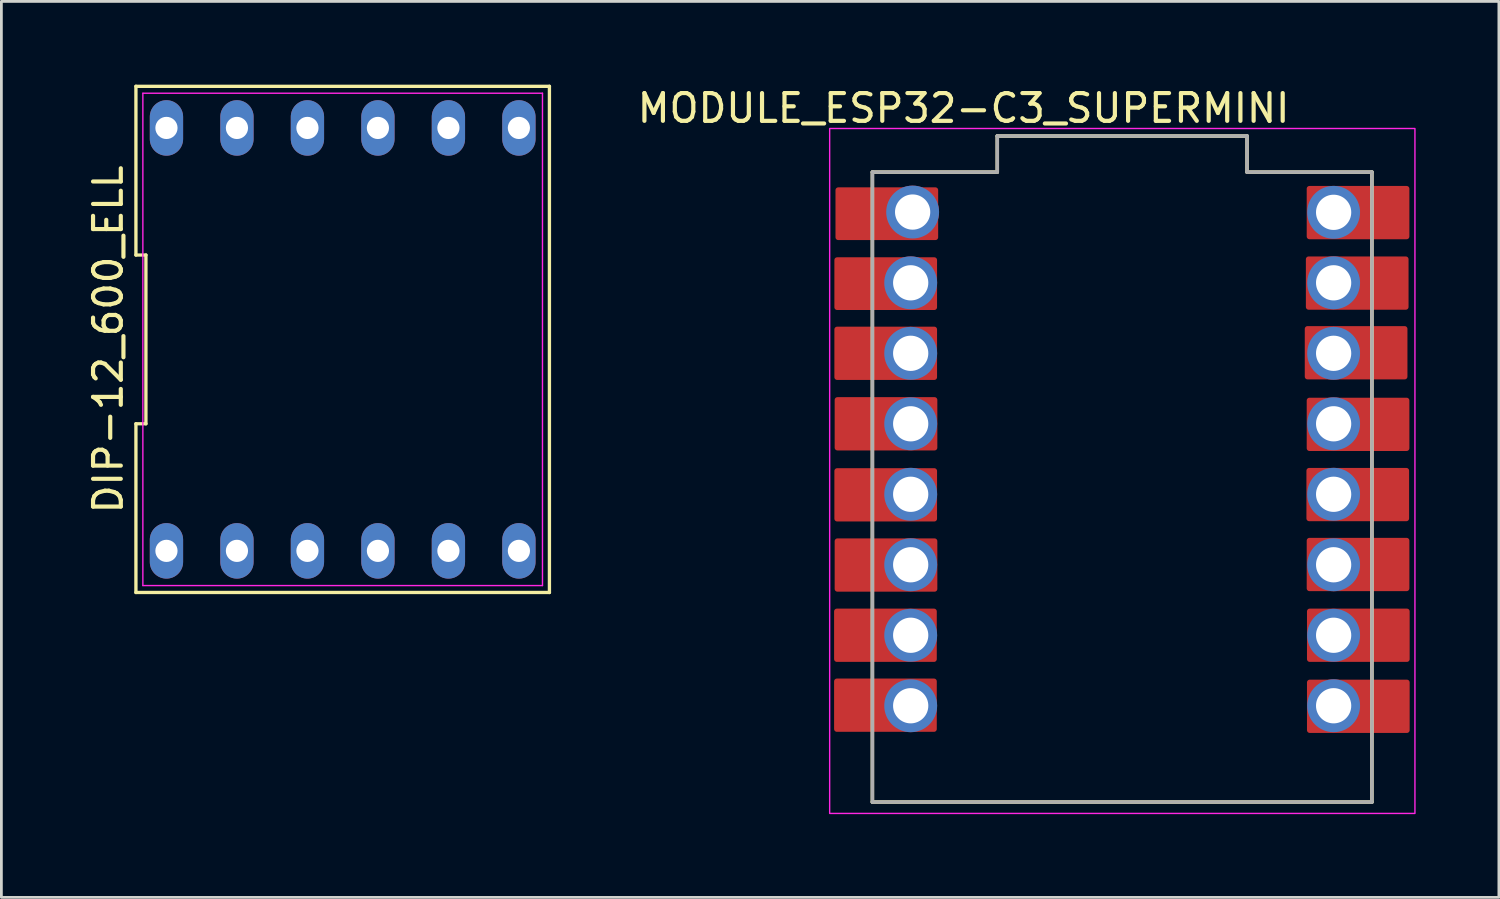
<source format=kicad_pcb>
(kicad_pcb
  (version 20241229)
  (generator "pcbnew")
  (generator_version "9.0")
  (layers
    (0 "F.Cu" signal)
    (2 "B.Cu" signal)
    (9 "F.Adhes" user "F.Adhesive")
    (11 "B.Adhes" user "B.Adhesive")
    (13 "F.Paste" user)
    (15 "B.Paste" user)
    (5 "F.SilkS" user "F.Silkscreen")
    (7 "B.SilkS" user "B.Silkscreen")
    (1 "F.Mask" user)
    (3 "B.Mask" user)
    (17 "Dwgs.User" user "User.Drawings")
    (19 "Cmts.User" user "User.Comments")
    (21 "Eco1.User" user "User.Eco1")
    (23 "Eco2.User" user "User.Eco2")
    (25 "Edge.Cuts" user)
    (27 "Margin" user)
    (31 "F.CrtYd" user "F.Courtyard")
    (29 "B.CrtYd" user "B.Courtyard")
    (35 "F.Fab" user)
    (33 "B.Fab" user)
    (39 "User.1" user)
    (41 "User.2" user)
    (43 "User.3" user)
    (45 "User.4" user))
  (footprint "DIP-12_600_ELL"
    (layer "F.Cu")
    (at 9.298 9.18)
    (property "Reference" "DIP-12_600_ELL" (at -8.45 0 90) (layer "F.SilkS") (effects (font (size 1 1) (thickness 0.15))))
    (fp_line (start -7.45 -3.04) (end -7.09 -3.04) (stroke (width 0.12) (type default)) (layer "F.SilkS"))
    (fp_line (start -7.45 3.04) (end -7.45 9.12) (stroke (width 0.12) (type default)) (layer "F.SilkS"))
    (fp_line (start -7.45 9.12) (end 7.45 9.12) (stroke (width 0.12) (type default)) (layer "F.SilkS"))
    (fp_line (start -7.45 -9.12) (end -7.45 -3.04) (stroke (width 0.12) (type default)) (layer "F.SilkS"))
    (fp_line (start -7.09 -3.04) (end -7.09 3.04) (stroke (width 0.12) (type default)) (layer "F.SilkS"))
    (fp_line (start -7.09 3.04) (end -7.45 3.04) (stroke (width 0.12) (type default)) (layer "F.SilkS"))
    (fp_line (start 7.45 9.12) (end 7.45 -9.12) (stroke (width 0.12) (type default)) (layer "F.SilkS"))
    (fp_line (start 7.45 -9.12) (end -7.45 -9.12) (stroke (width 0.12) (type default)) (layer "F.SilkS"))
    (fp_line (start -7.2 -8.87) (end 7.2 -8.87) (stroke (width 0.05) (type default)) (layer "F.CrtYd"))
    (fp_line (start -7.2 8.87) (end -7.2 -8.87) (stroke (width 0.05) (type default)) (layer "F.CrtYd"))
    (fp_line (start 7.2 -8.87) (end 7.2 8.87) (stroke (width 0.05) (type default)) (layer "F.CrtYd"))
    (fp_line (start 7.2 8.87) (end -7.2 8.87) (stroke (width 0.05) (type default)) (layer "F.CrtYd"))
    (pad "1" thru_hole oval (at -6.35 7.62) (size 1.2 2) (drill 0.8) (layers "*.Cu" "*.Mask"))
    (pad "2" thru_hole oval (at -3.81 7.62) (size 1.2 2) (drill 0.8) (layers "*.Cu" "*.Mask"))
    (pad "3" thru_hole oval (at -1.27 7.62) (size 1.2 2) (drill 0.8) (layers "*.Cu" "*.Mask"))
    (pad "4" thru_hole oval (at 1.27 7.62) (size 1.2 2) (drill 0.8) (layers "*.Cu" "*.Mask"))
    (pad "5" thru_hole oval (at 3.81 7.62) (size 1.2 2) (drill 0.8) (layers "*.Cu" "*.Mask"))
    (pad "6" thru_hole oval (at 6.35 7.62) (size 1.2 2) (drill 0.8) (layers "*.Cu" "*.Mask"))
    (pad "7" thru_hole oval (at 6.35 -7.62) (size 1.2 2) (drill 0.8) (layers "*.Cu" "*.Mask"))
    (pad "8" thru_hole oval (at 3.81 -7.62) (size 1.2 2) (drill 0.8) (layers "*.Cu" "*.Mask"))
    (pad "9" thru_hole oval (at 1.27 -7.62) (size 1.2 2) (drill 0.8) (layers "*.Cu" "*.Mask"))
    (pad "10" thru_hole oval (at -1.27 -7.62) (size 1.2 2) (drill 0.8) (layers "*.Cu" "*.Mask"))
    (pad "11" thru_hole oval (at -3.81 -7.62) (size 1.2 2) (drill 0.8) (layers "*.Cu" "*.Mask"))
    (pad "12" thru_hole oval (at -6.35 -7.62) (size 1.2 2) (drill 0.8) (layers "*.Cu" "*.Mask")))
  (footprint "MODULE_ESP32-C3_SUPERMINI"
    (layer "F.Cu")
    (at 37.386 14.501)
    (property "Reference" "MODULE_ESP32-C3_SUPERMINI" (at -5.715 -13.652 0) (layer "F.SilkS") (effects (font (size 1 1) (thickness 0.15))))
    (attr through_hole)
    (fp_rect (start -10.28 4.48) (end -6.78 6.2) (stroke (width 0.2) (type solid)) (fill yes) (layer "F.Cu"))
    (fp_rect (start -10.28 7) (end -6.78 8.72) (stroke (width 0.2) (type solid)) (fill yes) (layer "F.Cu"))
    (fp_rect (start -10.27 -8.18) (end -6.77 -6.48) (stroke (width 0.2) (type solid)) (fill yes) (layer "F.Cu"))
    (fp_rect (start -10.27 -5.68) (end -6.77 -3.96) (stroke (width 0.2) (type solid)) (fill yes) (layer "F.Cu"))
    (fp_rect (start -10.27 -0.58) (end -6.77 1.14) (stroke (width 0.2) (type solid)) (fill yes) (layer "F.Cu"))
    (fp_rect (start -10.26 -3.14) (end -6.76 -1.42) (stroke (width 0.2) (type solid)) (fill yes) (layer "F.Cu"))
    (fp_rect (start -10.26 1.95) (end -6.76 3.67) (stroke (width 0.2) (type solid)) (fill yes) (layer "F.Cu"))
    (fp_rect (start -10.23 -10.7) (end -6.73 -9) (stroke (width 0.2) (type solid)) (fill yes) (layer "F.Cu"))
    (fp_rect (start 6.68 -5.7) (end 10.18 -3.98) (stroke (width 0.2) (type solid)) (fill yes) (layer "F.Cu"))
    (fp_rect (start 6.72 -8.21) (end 10.22 -6.49) (stroke (width 0.2) (type solid)) (fill yes) (layer "F.Cu"))
    (fp_rect (start 6.74 -0.59) (end 10.24 1.13) (stroke (width 0.2) (type solid)) (fill yes) (layer "F.Cu"))
    (fp_rect (start 6.75 -10.75) (end 10.25 -9.03) (stroke (width 0.2) (type solid)) (fill yes) (layer "F.Cu"))
    (fp_rect (start 6.75 -3.12) (end 10.25 -1.4) (stroke (width 0.2) (type solid)) (fill yes) (layer "F.Cu"))
    (fp_rect (start 6.75 1.93) (end 10.25 3.65) (stroke (width 0.2) (type solid)) (fill yes) (layer "F.Cu"))
    (fp_rect (start 6.76 4.48) (end 10.26 6.2) (stroke (width 0.2) (type solid)) (fill yes) (layer "F.Cu"))
    (fp_rect (start 6.76 7.04) (end 10.26 8.76) (stroke (width 0.2) (type solid)) (fill yes) (layer "F.Cu"))
    (fp_line (start -9 11.35) (end -9 -11.35) (stroke (width 0.127) (type solid)) (layer "F.SilkS"))
    (fp_line (start -4.5 -12.65) (end -4.5 -11.35) (stroke (width 0.127) (type solid)) (layer "F.SilkS"))
    (fp_line (start -4.5 -11.35) (end -9 -11.35) (stroke (width 0.127) (type solid)) (layer "F.SilkS"))
    (fp_line (start 4.5 -12.65) (end -4.5 -12.65) (stroke (width 0.127) (type solid)) (layer "F.SilkS"))
    (fp_line (start 4.5 -12.65) (end 4.5 -11.35) (stroke (width 0.127) (type solid)) (layer "F.SilkS"))
    (fp_line (start 9 -11.35) (end 4.5 -11.35) (stroke (width 0.127) (type solid)) (layer "F.SilkS"))
    (fp_line (start 9 11.35) (end -9 11.35) (stroke (width 0.127) (type solid)) (layer "F.SilkS"))
    (fp_line (start 9 11.35) (end 9 -11.35) (stroke (width 0.127) (type solid)) (layer "F.SilkS"))
    (fp_rect (start -10.54 -12.92) (end 10.55 11.76) (stroke (width 0.05) (type default)) (fill no) (layer "F.CrtYd"))
    (fp_line (start -9 11.35) (end -9 -11.35) (stroke (width 0.127) (type solid)) (layer "F.Fab"))
    (fp_line (start -4.5 -12.65) (end -4.5 -11.35) (stroke (width 0.127) (type solid)) (layer "F.Fab"))
    (fp_line (start -4.5 -11.35) (end -9 -11.35) (stroke (width 0.127) (type solid)) (layer "F.Fab"))
    (fp_line (start 4.5 -12.65) (end -4.5 -12.65) (stroke (width 0.127) (type solid)) (layer "F.Fab"))
    (fp_line (start 4.5 -12.65) (end 4.5 -11.35) (stroke (width 0.127) (type solid)) (layer "F.Fab"))
    (fp_line (start 9 -11.35) (end 4.5 -11.35) (stroke (width 0.127) (type solid)) (layer "F.Fab"))
    (fp_line (start 9 11.35) (end -9 11.35) (stroke (width 0.127) (type solid)) (layer "F.Fab"))
    (fp_line (start 9 11.35) (end 9 -11.35) (stroke (width 0.127) (type solid)) (layer "F.Fab"))
    (pad "0" thru_hole circle (at 7.62 7.88) (size 1.905 1.905) (drill 1.27) (layers "*.Cu" "*.Mask"))
    (pad "1" thru_hole circle (at 7.62 5.34) (size 1.905 1.905) (drill 1.27) (layers "*.Cu" "*.Mask"))
    (pad "2" thru_hole circle (at 7.62 2.8) (size 1.905 1.905) (drill 1.27) (layers "*.Cu" "*.Mask"))
    (pad "3" thru_hole circle (at 7.62 0.26) (size 1.905 1.905) (drill 1.27) (layers "*.Cu" "*.Mask"))
    (pad "3.3" thru_hole circle (at 7.62 -4.82) (size 1.905 1.905) (drill 1.27) (layers "*.Cu" "*.Mask"))
    (pad "4" thru_hole circle (at 7.62 -2.28) (size 1.905 1.905) (drill 1.27) (layers "*.Cu" "*.Mask"))
    (pad "5" thru_hole circle (at -7.55 -9.91) (size 1.905 1.905) (drill 1.27) (layers "*.Cu" "*.Mask"))
    (pad "5V" thru_hole circle (at 7.62 -9.9) (size 1.905 1.905) (drill 1.27) (layers "*.Cu" "*.Mask"))
    (pad "6" thru_hole circle (at -7.62 -7.36) (size 1.905 1.905) (drill 1.27) (layers "*.Cu" "*.Mask"))
    (pad "7" thru_hole circle (at -7.62 -4.82) (size 1.905 1.905) (drill 1.27) (layers "*.Cu" "*.Mask"))
    (pad "8" thru_hole circle (at -7.62 -2.28) (size 1.905 1.905) (drill 1.27) (layers "*.Cu" "*.Mask"))
    (pad "9" thru_hole circle (at -7.62 0.26) (size 1.905 1.905) (drill 1.27) (layers "*.Cu" "*.Mask"))
    (pad "10" thru_hole circle (at -7.62 2.8) (size 1.905 1.905) (drill 1.27) (layers "*.Cu" "*.Mask"))
    (pad "20" thru_hole circle (at -7.62 5.34) (size 1.905 1.905) (drill 1.27) (layers "*.Cu" "*.Mask"))
    (pad "21" thru_hole circle (at -7.62 7.88) (size 1.905 1.905) (drill 1.27) (layers "*.Cu" "*.Mask"))
    (pad "G" thru_hole circle (at 7.62 -7.36) (size 1.905 1.905) (drill 1.27) (layers "*.Cu" "*.Mask")))
  (gr_rect
    (start -3 -3)
    (end 50.961 29.286)
    (stroke (width 0.1) (type default))
    (fill no)
    (layer "Edge.Cuts")))
</source>
